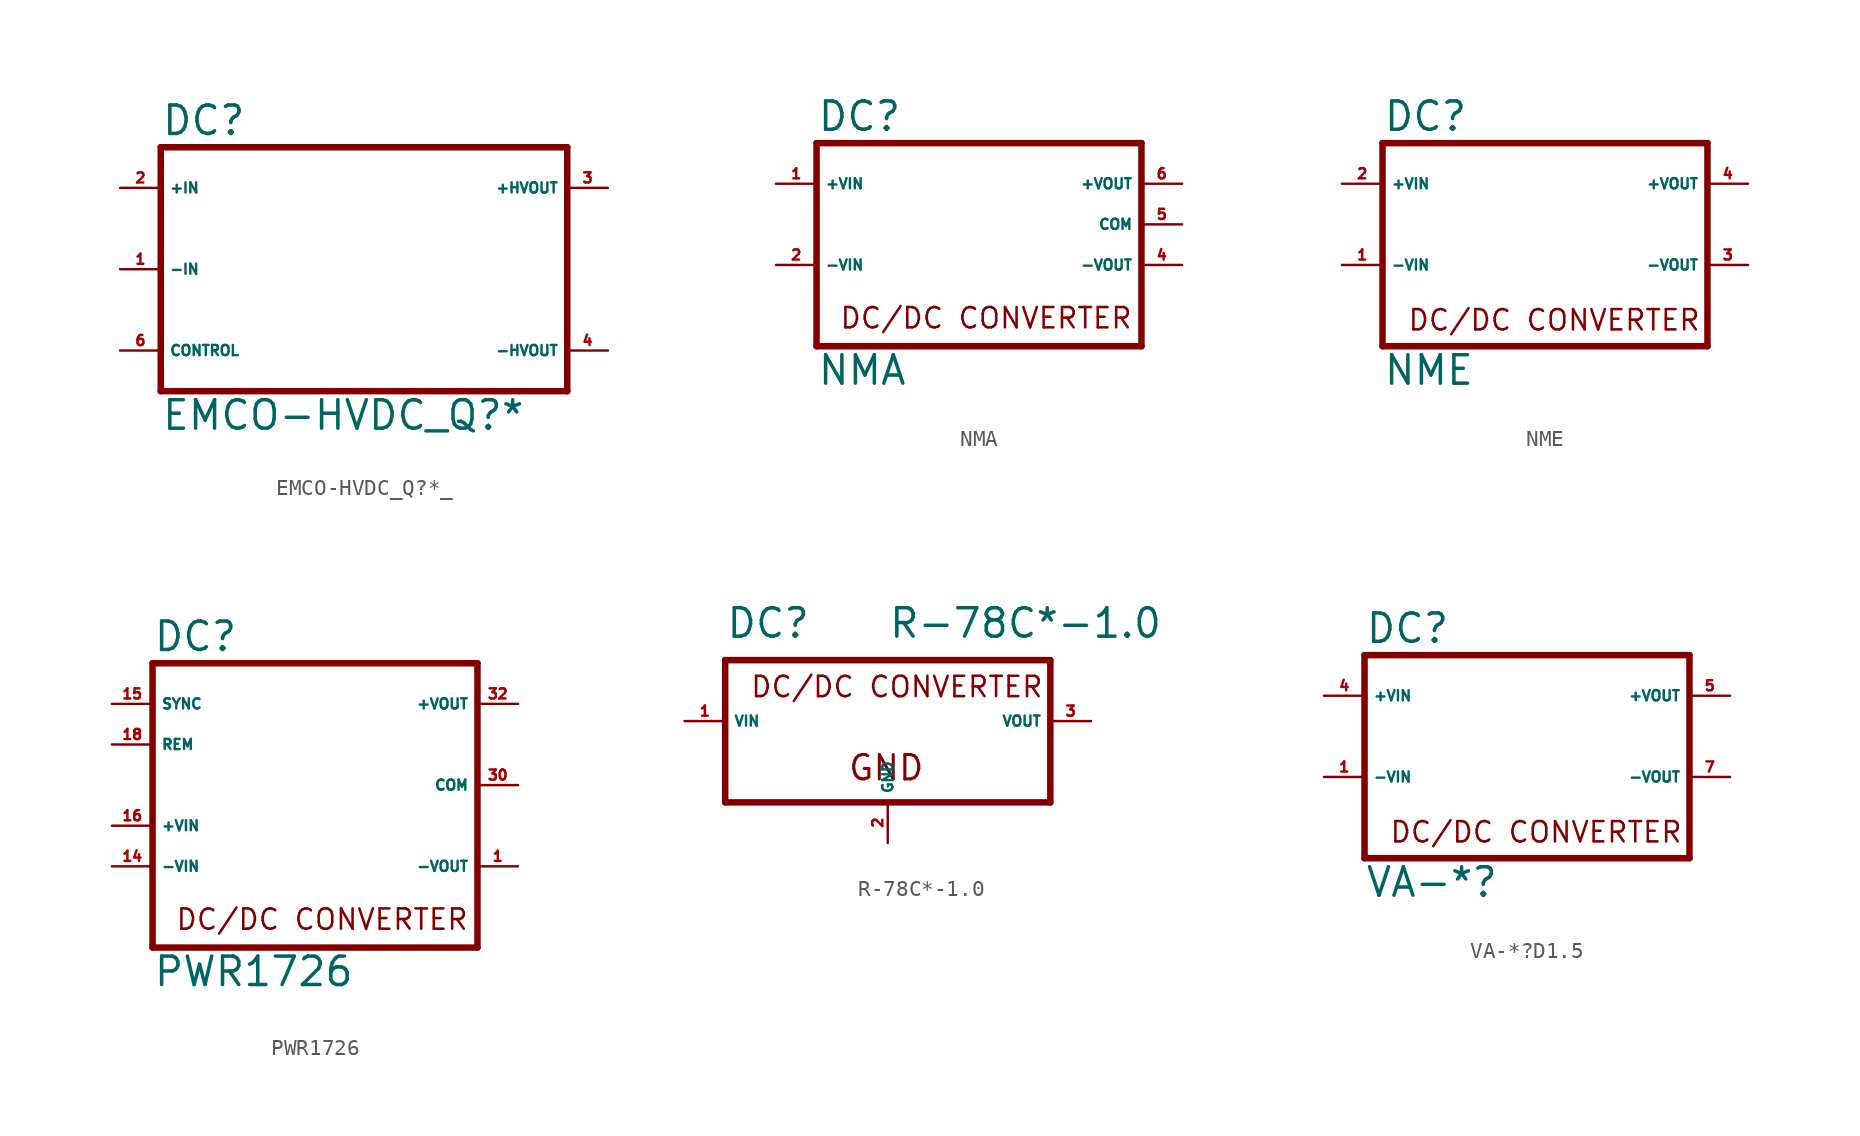
<source format=kicad_sym>
(kicad_symbol_lib
  (version 20220914)
  (generator Eagle2Kicad)
  (symbol "EMCO-HVDC_Q?*_"
    (property "Reference" "DC"
      (at -12.7 8.255 0)
      (effects (font (size 1.778 1.778) (thickness 0.22)) (justify left bottom)))
    (property "Value" "EMCO-HVDC_Q?*"
      (at -12.7 -10.16 0)
      (effects (font (size 1.778 1.778) (thickness 0.22)) (justify left bottom)))
    (polyline
      (pts (xy -12.7 7.62) (xy 12.7 7.62))
      (stroke (width 0.406) (type default))
      (fill (type none)))
    (polyline
      (pts (xy 12.7 7.62) (xy 12.7 -7.62))
      (stroke (width 0.406) (type default))
      (fill (type none)))
    (polyline
      (pts (xy 12.7 -7.62) (xy -12.7 -7.62))
      (stroke (width 0.406) (type default))
      (fill (type none)))
    (polyline
      (pts (xy -12.7 -7.62) (xy -12.7 7.62))
      (stroke (width 0.406) (type default))
      (fill (type none)))
    (pin passive line
      (at -15.24 5.08 0)
      (length 2.54)
      (name "+IN" (effects (font (size 0.635 0.635) (thickness 0.08)) (justify left bottom)))
      (number "2" (effects (font (size 0.635 0.635) (thickness 0.08)) (justify left bottom))))
    (pin passive line
      (at -15.24 0 0)
      (length 2.54)
      (name "-IN" (effects (font (size 0.635 0.635) (thickness 0.08)) (justify left bottom)))
      (number "1" (effects (font (size 0.635 0.635) (thickness 0.08)) (justify left bottom))))
    (pin passive line
      (at 15.24 5.08 180)
      (length 2.54)
      (name "+HVOUT" (effects (font (size 0.635 0.635) (thickness 0.08)) (justify left bottom)))
      (number "3" (effects (font (size 0.635 0.635) (thickness 0.08)) (justify left bottom))))
    (pin passive line
      (at -15.24 -5.08 0)
      (length 2.54)
      (name "CONTROL" (effects (font (size 0.635 0.635) (thickness 0.08)) (justify left bottom)))
      (number "6" (effects (font (size 0.635 0.635) (thickness 0.08)) (justify left bottom))))
    (pin passive line
      (at 15.24 -5.08 180)
      (length 2.54)
      (name "-HVOUT" (effects (font (size 0.635 0.635) (thickness 0.08)) (justify left bottom)))
      (number "4" (effects (font (size 0.635 0.635) (thickness 0.08)) (justify left bottom)))))
  (symbol "NMA"
    (property "Reference" "DC"
      (at -10.16 5.715 0)
      (effects (font (size 1.778 1.778) (thickness 0.22)) (justify left bottom)))
    (property "Value" "NMA"
      (at -10.16 -10.16 0)
      (effects (font (size 1.778 1.778) (thickness 0.22)) (justify left bottom)))
    (polyline
      (pts (xy -10.16 5.08) (xy 10.16 5.08))
      (stroke (width 0.406) (type default))
      (fill (type none)))
    (polyline
      (pts (xy 10.16 5.08) (xy 10.16 -7.62))
      (stroke (width 0.406) (type default))
      (fill (type none)))
    (polyline
      (pts (xy 10.16 -7.62) (xy -10.16 -7.62))
      (stroke (width 0.406) (type default))
      (fill (type none)))
    (polyline
      (pts (xy -10.16 -7.62) (xy -10.16 5.08))
      (stroke (width 0.406) (type default))
      (fill (type none)))
    (text "DC/DC CONVERTER"
      (at -8.763 -6.604 0)
      (effects (font (size 1.27 1.27) (thickness 0.16)) (justify left bottom)))
    (pin passive line
      (at -12.7 2.54 0)
      (length 2.54)
      (name "+VIN" (effects (font (size 0.635 0.635) (thickness 0.08)) (justify left bottom)))
      (number "1" (effects (font (size 0.635 0.635) (thickness 0.08)) (justify left bottom))))
    (pin passive line
      (at -12.7 -2.54 0)
      (length 2.54)
      (name "-VIN" (effects (font (size 0.635 0.635) (thickness 0.08)) (justify left bottom)))
      (number "2" (effects (font (size 0.635 0.635) (thickness 0.08)) (justify left bottom))))
    (pin passive line
      (at 12.7 2.54 180)
      (length 2.54)
      (name "+VOUT" (effects (font (size 0.635 0.635) (thickness 0.08)) (justify left bottom)))
      (number "6" (effects (font (size 0.635 0.635) (thickness 0.08)) (justify left bottom))))
    (pin passive line
      (at 12.7 0 180)
      (length 2.54)
      (name "COM" (effects (font (size 0.635 0.635) (thickness 0.08)) (justify left bottom)))
      (number "5" (effects (font (size 0.635 0.635) (thickness 0.08)) (justify left bottom))))
    (pin passive line
      (at 12.7 -2.54 180)
      (length 2.54)
      (name "-VOUT" (effects (font (size 0.635 0.635) (thickness 0.08)) (justify left bottom)))
      (number "4" (effects (font (size 0.635 0.635) (thickness 0.08)) (justify left bottom)))))
  (symbol "NME"
    (property "Reference" "DC"
      (at -10.16 5.715 0)
      (effects (font (size 1.778 1.778) (thickness 0.22)) (justify left bottom)))
    (property "Value" "NME"
      (at -10.16 -10.16 0)
      (effects (font (size 1.778 1.778) (thickness 0.22)) (justify left bottom)))
    (polyline
      (pts (xy -10.16 5.08) (xy 10.16 5.08))
      (stroke (width 0.406) (type default))
      (fill (type none)))
    (polyline
      (pts (xy 10.16 5.08) (xy 10.16 -7.62))
      (stroke (width 0.406) (type default))
      (fill (type none)))
    (polyline
      (pts (xy 10.16 -7.62) (xy -10.16 -7.62))
      (stroke (width 0.406) (type default))
      (fill (type none)))
    (polyline
      (pts (xy -10.16 -7.62) (xy -10.16 5.08))
      (stroke (width 0.406) (type default))
      (fill (type none)))
    (text "DC/DC CONVERTER"
      (at -8.636 -6.731 0)
      (effects (font (size 1.27 1.27) (thickness 0.16)) (justify left bottom)))
    (pin passive line
      (at -12.7 2.54 0)
      (length 2.54)
      (name "+VIN" (effects (font (size 0.635 0.635) (thickness 0.08)) (justify left bottom)))
      (number "2" (effects (font (size 0.635 0.635) (thickness 0.08)) (justify left bottom))))
    (pin passive line
      (at -12.7 -2.54 0)
      (length 2.54)
      (name "-VIN" (effects (font (size 0.635 0.635) (thickness 0.08)) (justify left bottom)))
      (number "1" (effects (font (size 0.635 0.635) (thickness 0.08)) (justify left bottom))))
    (pin passive line
      (at 12.7 2.54 180)
      (length 2.54)
      (name "+VOUT" (effects (font (size 0.635 0.635) (thickness 0.08)) (justify left bottom)))
      (number "4" (effects (font (size 0.635 0.635) (thickness 0.08)) (justify left bottom))))
    (pin passive line
      (at 12.7 -2.54 180)
      (length 2.54)
      (name "-VOUT" (effects (font (size 0.635 0.635) (thickness 0.08)) (justify left bottom)))
      (number "3" (effects (font (size 0.635 0.635) (thickness 0.08)) (justify left bottom)))))
  (symbol "PWR1726"
    (property "Reference" "DC"
      (at -10.16 8.255 0)
      (effects (font (size 1.778 1.778) (thickness 0.22)) (justify left bottom)))
    (property "Value" "PWR1726"
      (at -10.16 -12.7 0)
      (effects (font (size 1.778 1.778) (thickness 0.22)) (justify left bottom)))
    (polyline
      (pts (xy -10.16 7.62) (xy 10.16 7.62))
      (stroke (width 0.406) (type default))
      (fill (type none)))
    (polyline
      (pts (xy 10.16 7.62) (xy 10.16 -10.16))
      (stroke (width 0.406) (type default))
      (fill (type none)))
    (polyline
      (pts (xy 10.16 -10.16) (xy -10.16 -10.16))
      (stroke (width 0.406) (type default))
      (fill (type none)))
    (polyline
      (pts (xy -10.16 -10.16) (xy -10.16 7.62))
      (stroke (width 0.406) (type default))
      (fill (type none)))
    (text "DC/DC CONVERTER"
      (at -8.763 -9.144 0)
      (effects (font (size 1.27 1.27) (thickness 0.16)) (justify left bottom)))
    (pin passive line
      (at -12.7 -2.54 0)
      (length 2.54)
      (name "+VIN" (effects (font (size 0.635 0.635) (thickness 0.08)) (justify left bottom)))
      (number "16" (effects (font (size 0.635 0.635) (thickness 0.08)) (justify left bottom))))
    (pin passive line
      (at -12.7 -5.08 0)
      (length 2.54)
      (name "-VIN" (effects (font (size 0.635 0.635) (thickness 0.08)) (justify left bottom)))
      (number "14" (effects (font (size 0.635 0.635) (thickness 0.08)) (justify left bottom))))
    (pin passive line
      (at 12.7 5.08 180)
      (length 2.54)
      (name "+VOUT" (effects (font (size 0.635 0.635) (thickness 0.08)) (justify left bottom)))
      (number "32" (effects (font (size 0.635 0.635) (thickness 0.08)) (justify left bottom))))
    (pin passive line
      (at 12.7 0 180)
      (length 2.54)
      (name "COM" (effects (font (size 0.635 0.635) (thickness 0.08)) (justify left bottom)))
      (number "30" (effects (font (size 0.635 0.635) (thickness 0.08)) (justify left bottom))))
    (pin passive line
      (at 12.7 -5.08 180)
      (length 2.54)
      (name "-VOUT" (effects (font (size 0.635 0.635) (thickness 0.08)) (justify left bottom)))
      (number "1" (effects (font (size 0.635 0.635) (thickness 0.08)) (justify left bottom))))
    (pin passive line
      (at -12.7 2.54 0)
      (length 2.54)
      (name "REM" (effects (font (size 0.635 0.635) (thickness 0.08)) (justify left bottom)))
      (number "18" (effects (font (size 0.635 0.635) (thickness 0.08)) (justify left bottom))))
    (pin passive line
      (at -12.7 5.08 0)
      (length 2.54)
      (name "SYNC" (effects (font (size 0.635 0.635) (thickness 0.08)) (justify left bottom)))
      (number "15" (effects (font (size 0.635 0.635) (thickness 0.08)) (justify left bottom)))))
  (symbol "R-78C*-1.0"
    (property "Reference" "DC"
      (at -10.16 5.08 0)
      (effects (font (size 1.778 1.778) (thickness 0.22)) (justify left bottom)))
    (property "Value" "R-78C*-1.0"
      (at 0 5.08 0)
      (effects (font (size 1.778 1.778) (thickness 0.22)) (justify left bottom)))
    (polyline
      (pts (xy -10.16 3.81) (xy 10.16 3.81))
      (stroke (width 0.406) (type default))
      (fill (type none)))
    (polyline
      (pts (xy 10.16 3.81) (xy 10.16 -5.08))
      (stroke (width 0.406) (type default))
      (fill (type none)))
    (polyline
      (pts (xy 10.16 -5.08) (xy -10.16 -5.08))
      (stroke (width 0.406) (type default))
      (fill (type none)))
    (polyline
      (pts (xy -10.16 -5.08) (xy -10.16 3.81))
      (stroke (width 0.406) (type default))
      (fill (type none)))
    (text "DC/DC CONVERTER"
      (at -8.636 1.397 0)
      (effects (font (size 1.27 1.27) (thickness 0.16)) (justify left bottom)))
    (text "GND"
      (at -2.54 -3.81 0)
      (effects (font (size 1.524 1.524) (thickness 0.19)) (justify left bottom)))
    (pin passive line
      (at -12.7 0 0)
      (length 2.54)
      (name "VIN" (effects (font (size 0.635 0.635) (thickness 0.08)) (justify left bottom)))
      (number "1" (effects (font (size 0.635 0.635) (thickness 0.08)) (justify left bottom))))
    (pin passive line
      (at 12.7 0 180)
      (length 2.54)
      (name "VOUT" (effects (font (size 0.635 0.635) (thickness 0.08)) (justify left bottom)))
      (number "3" (effects (font (size 0.635 0.635) (thickness 0.08)) (justify left bottom))))
    (pin passive line
      (at 0 -7.62 90)
      (length 2.54)
      (name "GND" (effects (font (size 0.635 0.635) (thickness 0.08)) (justify left bottom)))
      (number "2" (effects (font (size 0.635 0.635) (thickness 0.08)) (justify left bottom)))))
  (symbol "VA-*?D1.5"
    (property "Reference" "DC"
      (at -10.16 5.715 0)
      (effects (font (size 1.778 1.778) (thickness 0.22)) (justify left bottom)))
    (property "Value" "VA-*?"
      (at -10.16 -10.16 0)
      (effects (font (size 1.778 1.778) (thickness 0.22)) (justify left bottom)))
    (polyline
      (pts (xy -10.16 5.08) (xy 10.16 5.08))
      (stroke (width 0.406) (type default))
      (fill (type none)))
    (polyline
      (pts (xy 10.16 5.08) (xy 10.16 -7.62))
      (stroke (width 0.406) (type default))
      (fill (type none)))
    (polyline
      (pts (xy 10.16 -7.62) (xy -10.16 -7.62))
      (stroke (width 0.406) (type default))
      (fill (type none)))
    (polyline
      (pts (xy -10.16 -7.62) (xy -10.16 5.08))
      (stroke (width 0.406) (type default))
      (fill (type none)))
    (text "DC/DC CONVERTER"
      (at -8.636 -6.731 0)
      (effects (font (size 1.27 1.27) (thickness 0.16)) (justify left bottom)))
    (pin passive line
      (at -12.7 2.54 0)
      (length 2.54)
      (name "+VIN" (effects (font (size 0.635 0.635) (thickness 0.08)) (justify left bottom)))
      (number "4" (effects (font (size 0.635 0.635) (thickness 0.08)) (justify left bottom))))
    (pin passive line
      (at -12.7 -2.54 0)
      (length 2.54)
      (name "-VIN" (effects (font (size 0.635 0.635) (thickness 0.08)) (justify left bottom)))
      (number "1" (effects (font (size 0.635 0.635) (thickness 0.08)) (justify left bottom))))
    (pin passive line
      (at 12.7 2.54 180)
      (length 2.54)
      (name "+VOUT" (effects (font (size 0.635 0.635) (thickness 0.08)) (justify left bottom)))
      (number "5" (effects (font (size 0.635 0.635) (thickness 0.08)) (justify left bottom))))
    (pin passive line
      (at 12.7 -2.54 180)
      (length 2.54)
      (name "-VOUT" (effects (font (size 0.635 0.635) (thickness 0.08)) (justify left bottom)))
      (number "7" (effects (font (size 0.635 0.635) (thickness 0.08)) (justify left bottom))))))
</source>
